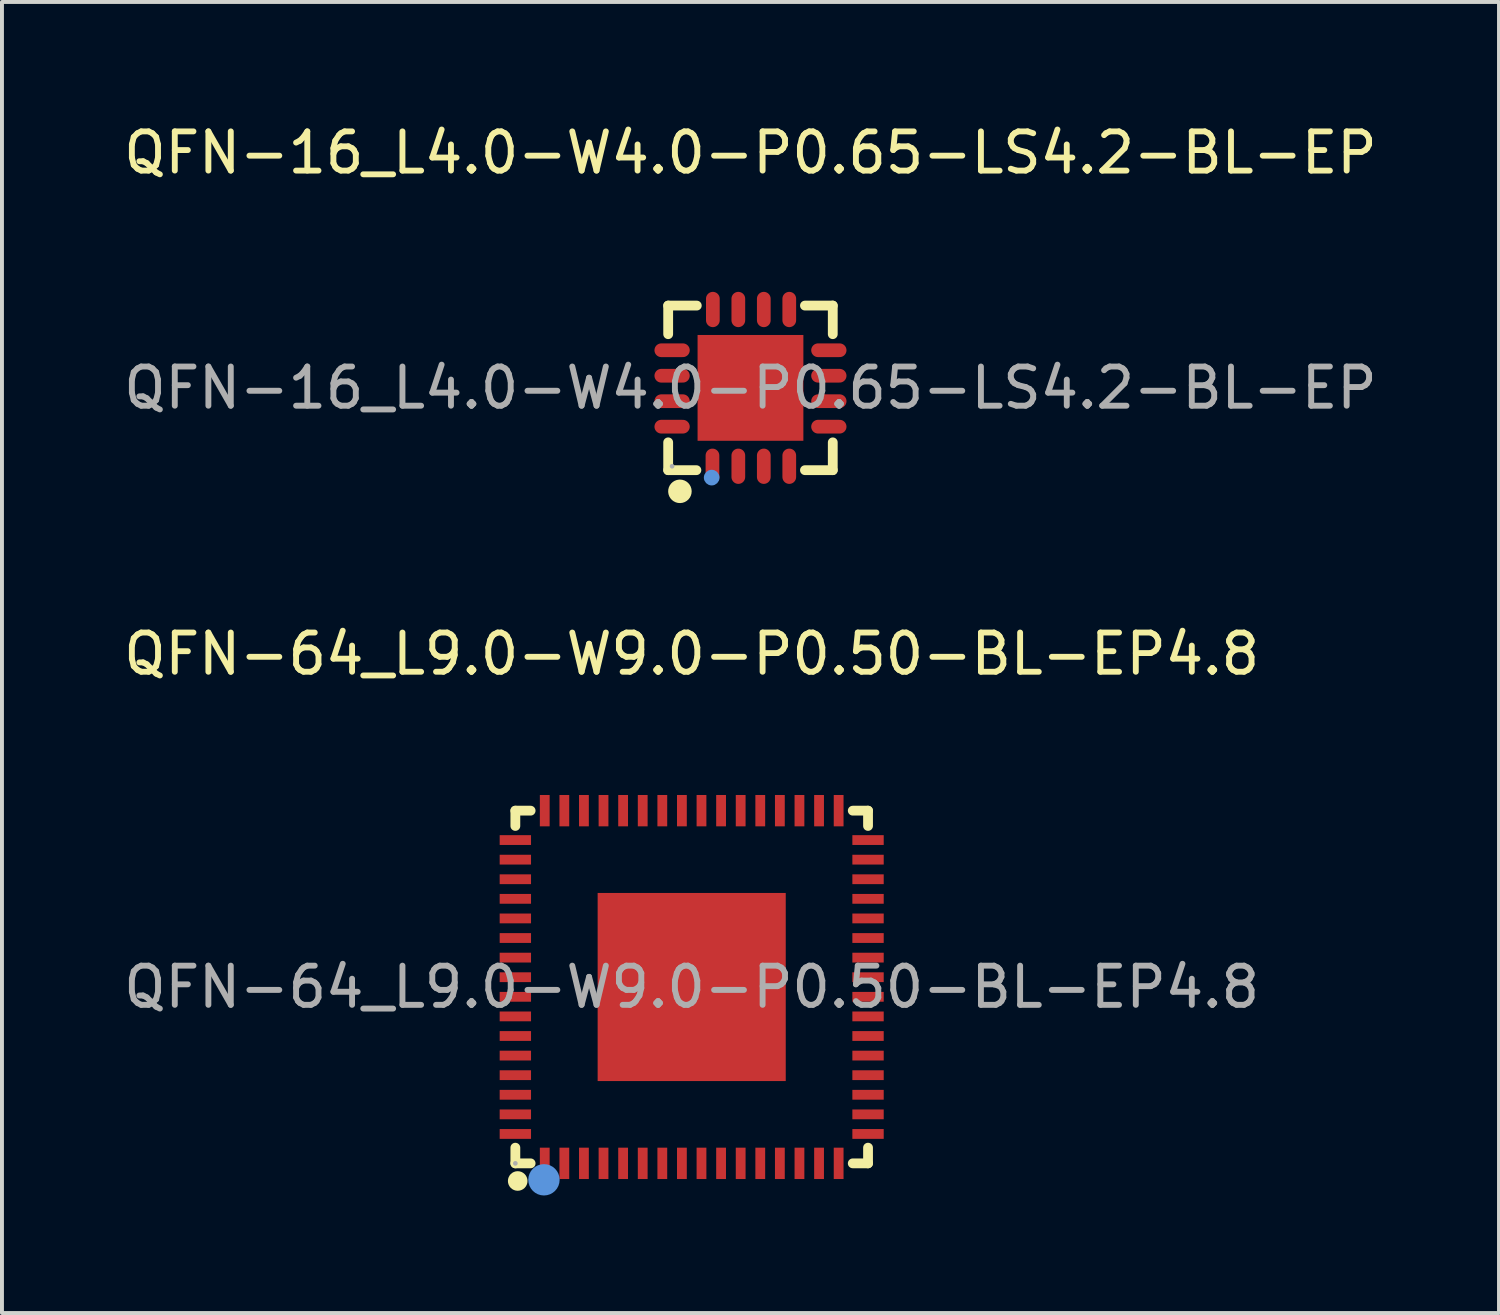
<source format=kicad_pcb>
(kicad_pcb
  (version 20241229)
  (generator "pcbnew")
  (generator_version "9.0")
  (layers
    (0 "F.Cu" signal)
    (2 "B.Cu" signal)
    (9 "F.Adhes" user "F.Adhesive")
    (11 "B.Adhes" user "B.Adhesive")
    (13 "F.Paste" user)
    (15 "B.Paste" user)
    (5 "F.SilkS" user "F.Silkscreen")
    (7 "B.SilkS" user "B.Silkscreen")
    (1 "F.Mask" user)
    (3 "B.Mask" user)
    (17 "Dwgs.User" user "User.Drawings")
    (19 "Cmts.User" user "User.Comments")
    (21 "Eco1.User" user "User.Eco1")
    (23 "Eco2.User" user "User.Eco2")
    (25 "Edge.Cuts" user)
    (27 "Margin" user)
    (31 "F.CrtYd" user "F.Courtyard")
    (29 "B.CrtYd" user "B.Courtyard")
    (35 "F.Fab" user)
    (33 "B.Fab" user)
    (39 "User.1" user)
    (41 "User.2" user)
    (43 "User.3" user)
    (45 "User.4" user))
  (footprint "QFN-64_L9.0-W9.0-P0.50-BL-EP4.8"
    (layer "F.Cu")
    (at 14.601 22.137)
    (property "Reference" "QFN-64_L9.0-W9.0-P0.50-BL-EP4.8" (at 0 -8.5 0) (layer "F.SilkS") (effects (font (size 1 1) (thickness 0.15))))
    (attr smd)
    (fp_line (start -4.5 -4.5) (end -4.11 -4.5) (stroke (width 0.25) (type solid)) (layer "F.SilkS"))
    (fp_line (start -4.5 -4.11) (end -4.5 -4.5) (stroke (width 0.25) (type solid)) (layer "F.SilkS"))
    (fp_line (start -4.5 4.5) (end -4.5 4.1) (stroke (width 0.25) (type solid)) (layer "F.SilkS"))
    (fp_line (start -4.11 4.5) (end -4.5 4.5) (stroke (width 0.25) (type solid)) (layer "F.SilkS"))
    (fp_line (start 4.11 -4.5) (end 4.5 -4.5) (stroke (width 0.25) (type solid)) (layer "F.SilkS"))
    (fp_line (start 4.5 -4.5) (end 4.5 -4.11) (stroke (width 0.25) (type solid)) (layer "F.SilkS"))
    (fp_line (start 4.5 4.1) (end 4.5 4.5) (stroke (width 0.25) (type solid)) (layer "F.SilkS"))
    (fp_line (start 4.5 4.5) (end 4.11 4.5) (stroke (width 0.25) (type solid)) (layer "F.SilkS"))
    (fp_arc (start -4.44 4.95) (mid -4.44 4.95) (end -4.44 4.95) (stroke (width 0.25) (type solid)) (layer "F.SilkS"))
    (fp_circle (center -3.77 4.92) (end -3.57 4.92) (stroke (width 0.4) (type solid)) (fill no) (layer "Cmts.User"))
    (fp_circle (center -4.5 4.5) (end -4.47 4.5) (stroke (width 0.06) (type solid)) (fill no) (layer "F.Fab"))
    (fp_text user "${REFERENCE}" (at 0 0 0) (layer "F.Fab") (effects (font (size 1 1) (thickness 0.15))))
    (pad "1" smd rect (at -3.75 4.5 90) (size 0.8 0.25) (layers "F.Cu" "F.Mask" "F.Paste"))
    (pad "2" smd rect (at -3.25 4.5 90) (size 0.8 0.25) (layers "F.Cu" "F.Mask" "F.Paste"))
    (pad "3" smd rect (at -2.75 4.5 90) (size 0.8 0.25) (layers "F.Cu" "F.Mask" "F.Paste"))
    (pad "4" smd rect (at -2.25 4.5 90) (size 0.8 0.25) (layers "F.Cu" "F.Mask" "F.Paste"))
    (pad "5" smd rect (at -1.75 4.5 90) (size 0.8 0.25) (layers "F.Cu" "F.Mask" "F.Paste"))
    (pad "6" smd rect (at -1.25 4.5 90) (size 0.8 0.25) (layers "F.Cu" "F.Mask" "F.Paste"))
    (pad "7" smd rect (at -0.75 4.5 90) (size 0.8 0.25) (layers "F.Cu" "F.Mask" "F.Paste"))
    (pad "8" smd rect (at -0.25 4.5 90) (size 0.8 0.25) (layers "F.Cu" "F.Mask" "F.Paste"))
    (pad "9" smd rect (at 0.25 4.5 90) (size 0.8 0.25) (layers "F.Cu" "F.Mask" "F.Paste"))
    (pad "10" smd rect (at 0.75 4.5 90) (size 0.8 0.25) (layers "F.Cu" "F.Mask" "F.Paste"))
    (pad "11" smd rect (at 1.25 4.5 90) (size 0.8 0.25) (layers "F.Cu" "F.Mask" "F.Paste"))
    (pad "12" smd rect (at 1.75 4.5 90) (size 0.8 0.25) (layers "F.Cu" "F.Mask" "F.Paste"))
    (pad "13" smd rect (at 2.25 4.5 90) (size 0.8 0.25) (layers "F.Cu" "F.Mask" "F.Paste"))
    (pad "14" smd rect (at 2.75 4.5 90) (size 0.8 0.25) (layers "F.Cu" "F.Mask" "F.Paste"))
    (pad "15" smd rect (at 3.25 4.5 90) (size 0.8 0.25) (layers "F.Cu" "F.Mask" "F.Paste"))
    (pad "16" smd rect (at 3.75 4.5 90) (size 0.8 0.25) (layers "F.Cu" "F.Mask" "F.Paste"))
    (pad "17" smd rect (at 4.5 3.75) (size 0.8 0.25) (layers "F.Cu" "F.Mask" "F.Paste"))
    (pad "18" smd rect (at 4.5 3.25) (size 0.8 0.25) (layers "F.Cu" "F.Mask" "F.Paste"))
    (pad "19" smd rect (at 4.5 2.75) (size 0.8 0.25) (layers "F.Cu" "F.Mask" "F.Paste"))
    (pad "20" smd rect (at 4.5 2.25) (size 0.8 0.25) (layers "F.Cu" "F.Mask" "F.Paste"))
    (pad "21" smd rect (at 4.5 1.75) (size 0.8 0.25) (layers "F.Cu" "F.Mask" "F.Paste"))
    (pad "22" smd rect (at 4.5 1.25) (size 0.8 0.25) (layers "F.Cu" "F.Mask" "F.Paste"))
    (pad "23" smd rect (at 4.5 0.75) (size 0.8 0.25) (layers "F.Cu" "F.Mask" "F.Paste"))
    (pad "24" smd rect (at 4.5 0.25) (size 0.8 0.25) (layers "F.Cu" "F.Mask" "F.Paste"))
    (pad "25" smd rect (at 4.5 -0.25) (size 0.8 0.25) (layers "F.Cu" "F.Mask" "F.Paste"))
    (pad "26" smd rect (at 4.5 -0.75) (size 0.8 0.25) (layers "F.Cu" "F.Mask" "F.Paste"))
    (pad "27" smd rect (at 4.5 -1.25) (size 0.8 0.25) (layers "F.Cu" "F.Mask" "F.Paste"))
    (pad "28" smd rect (at 4.5 -1.75) (size 0.8 0.25) (layers "F.Cu" "F.Mask" "F.Paste"))
    (pad "29" smd rect (at 4.5 -2.25) (size 0.8 0.25) (layers "F.Cu" "F.Mask" "F.Paste"))
    (pad "30" smd rect (at 4.5 -2.75) (size 0.8 0.25) (layers "F.Cu" "F.Mask" "F.Paste"))
    (pad "31" smd rect (at 4.5 -3.25) (size 0.8 0.25) (layers "F.Cu" "F.Mask" "F.Paste"))
    (pad "32" smd rect (at 4.5 -3.75) (size 0.8 0.25) (layers "F.Cu" "F.Mask" "F.Paste"))
    (pad "33" smd rect (at 3.75 -4.5 90) (size 0.8 0.25) (layers "F.Cu" "F.Mask" "F.Paste"))
    (pad "34" smd rect (at 3.25 -4.5 90) (size 0.8 0.25) (layers "F.Cu" "F.Mask" "F.Paste"))
    (pad "35" smd rect (at 2.75 -4.5 90) (size 0.8 0.25) (layers "F.Cu" "F.Mask" "F.Paste"))
    (pad "36" smd rect (at 2.25 -4.5 90) (size 0.8 0.25) (layers "F.Cu" "F.Mask" "F.Paste"))
    (pad "37" smd rect (at 1.75 -4.5 90) (size 0.8 0.25) (layers "F.Cu" "F.Mask" "F.Paste"))
    (pad "38" smd rect (at 1.25 -4.5 90) (size 0.8 0.25) (layers "F.Cu" "F.Mask" "F.Paste"))
    (pad "39" smd rect (at 0.75 -4.5 90) (size 0.8 0.25) (layers "F.Cu" "F.Mask" "F.Paste"))
    (pad "40" smd rect (at 0.25 -4.5 90) (size 0.8 0.25) (layers "F.Cu" "F.Mask" "F.Paste"))
    (pad "41" smd rect (at -0.25 -4.5 90) (size 0.8 0.25) (layers "F.Cu" "F.Mask" "F.Paste"))
    (pad "42" smd rect (at -0.75 -4.5 90) (size 0.8 0.25) (layers "F.Cu" "F.Mask" "F.Paste"))
    (pad "43" smd rect (at -1.25 -4.5 90) (size 0.8 0.25) (layers "F.Cu" "F.Mask" "F.Paste"))
    (pad "44" smd rect (at -1.75 -4.5 90) (size 0.8 0.25) (layers "F.Cu" "F.Mask" "F.Paste"))
    (pad "45" smd rect (at -2.25 -4.5 90) (size 0.8 0.25) (layers "F.Cu" "F.Mask" "F.Paste"))
    (pad "46" smd rect (at -2.75 -4.5 90) (size 0.8 0.25) (layers "F.Cu" "F.Mask" "F.Paste"))
    (pad "47" smd rect (at -3.25 -4.5 90) (size 0.8 0.25) (layers "F.Cu" "F.Mask" "F.Paste"))
    (pad "48" smd rect (at -3.75 -4.5 90) (size 0.8 0.25) (layers "F.Cu" "F.Mask" "F.Paste"))
    (pad "49" smd rect (at -4.5 -3.75) (size 0.8 0.25) (layers "F.Cu" "F.Mask" "F.Paste"))
    (pad "50" smd rect (at -4.5 -3.25) (size 0.8 0.25) (layers "F.Cu" "F.Mask" "F.Paste"))
    (pad "51" smd rect (at -4.5 -2.75) (size 0.8 0.25) (layers "F.Cu" "F.Mask" "F.Paste"))
    (pad "52" smd rect (at -4.5 -2.25) (size 0.8 0.25) (layers "F.Cu" "F.Mask" "F.Paste"))
    (pad "53" smd rect (at -4.5 -1.75) (size 0.8 0.25) (layers "F.Cu" "F.Mask" "F.Paste"))
    (pad "54" smd rect (at -4.5 -1.25) (size 0.8 0.25) (layers "F.Cu" "F.Mask" "F.Paste"))
    (pad "55" smd rect (at -4.5 -0.75) (size 0.8 0.25) (layers "F.Cu" "F.Mask" "F.Paste"))
    (pad "56" smd rect (at -4.5 -0.25) (size 0.8 0.25) (layers "F.Cu" "F.Mask" "F.Paste"))
    (pad "57" smd rect (at -4.5 0.25) (size 0.8 0.25) (layers "F.Cu" "F.Mask" "F.Paste"))
    (pad "58" smd rect (at -4.5 0.75) (size 0.8 0.25) (layers "F.Cu" "F.Mask" "F.Paste"))
    (pad "59" smd rect (at -4.5 1.25) (size 0.8 0.25) (layers "F.Cu" "F.Mask" "F.Paste"))
    (pad "60" smd rect (at -4.5 1.75) (size 0.8 0.25) (layers "F.Cu" "F.Mask" "F.Paste"))
    (pad "61" smd rect (at -4.5 2.25) (size 0.8 0.25) (layers "F.Cu" "F.Mask" "F.Paste"))
    (pad "62" smd rect (at -4.5 2.75) (size 0.8 0.25) (layers "F.Cu" "F.Mask" "F.Paste"))
    (pad "63" smd rect (at -4.5 3.25) (size 0.8 0.25) (layers "F.Cu" "F.Mask" "F.Paste"))
    (pad "64" smd rect (at -4.5 3.75) (size 0.8 0.25) (layers "F.Cu" "F.Mask" "F.Paste"))
    (pad "65" smd rect (at 0 0) (size 4.8 4.8) (layers "F.Cu" "F.Mask" "F.Paste")))
  (footprint "QFN-16_L4.0-W4.0-P0.65-LS4.2-BL-EP"
    (layer "F.Cu")
    (at 16.101 6.848)
    (property "Reference" "QFN-16_L4.0-W4.0-P0.65-LS4.2-BL-EP" (at 0 -6 0) (layer "F.SilkS") (effects (font (size 1 1) (thickness 0.15))))
    (attr smd)
    (fp_line (start -2.1 -2.1) (end -1.37 -2.1) (stroke (width 0.25) (type solid)) (layer "F.SilkS"))
    (fp_line (start -2.1 -1.37) (end -2.1 -2.1) (stroke (width 0.25) (type solid)) (layer "F.SilkS"))
    (fp_line (start -2.1 2.1) (end -2.1 1.39) (stroke (width 0.25) (type solid)) (layer "F.SilkS"))
    (fp_line (start -2.1 2.1) (end -1.38 2.1) (stroke (width 0.25) (type solid)) (layer "F.SilkS"))
    (fp_line (start 1.39 -2.1) (end 2.1 -2.1) (stroke (width 0.25) (type solid)) (layer "F.SilkS"))
    (fp_line (start 1.39 2.1) (end 2.1 2.1) (stroke (width 0.25) (type solid)) (layer "F.SilkS"))
    (fp_line (start 2.1 -1.37) (end 2.1 -2.1) (stroke (width 0.25) (type solid)) (layer "F.SilkS"))
    (fp_line (start 2.1 2.1) (end 2.1 1.39) (stroke (width 0.25) (type solid)) (layer "F.SilkS"))
    (fp_arc (start -1.8 2.49) (mid -1.795001 2.789917) (end -1.809993 2.490333) (stroke (width 0.3) (type solid)) (layer "F.SilkS"))
    (fp_circle (center -0.99 2.29) (end -0.89 2.29) (stroke (width 0.2) (type solid)) (fill no) (layer "Cmts.User"))
    (fp_circle (center -2 2) (end -1.97 2) (stroke (width 0.06) (type solid)) (fill no) (layer "F.Fab"))
    (fp_text user "${REFERENCE}" (at 0 0 0) (layer "F.Fab") (effects (font (size 1 1) (thickness 0.15))))
    (pad "1" smd oval (at -0.97 2) (size 0.35 0.9) (layers "F.Cu" "F.Mask" "F.Paste"))
    (pad "2" smd oval (at -0.31 2) (size 0.35 0.9) (layers "F.Cu" "F.Mask" "F.Paste"))
    (pad "3" smd oval (at 0.34 2) (size 0.35 0.9) (layers "F.Cu" "F.Mask" "F.Paste"))
    (pad "4" smd oval (at 0.99 2) (size 0.35 0.9) (layers "F.Cu" "F.Mask" "F.Paste"))
    (pad "5" smd oval (at 2 0.99 90) (size 0.35 0.9) (layers "F.Cu" "F.Mask" "F.Paste"))
    (pad "6" smd oval (at 2 0.34 90) (size 0.35 0.9) (layers "F.Cu" "F.Mask" "F.Paste"))
    (pad "7" smd oval (at 2 -0.31 90) (size 0.35 0.9) (layers "F.Cu" "F.Mask" "F.Paste"))
    (pad "8" smd oval (at 2 -0.96 90) (size 0.35 0.9) (layers "F.Cu" "F.Mask" "F.Paste"))
    (pad "9" smd oval (at 0.99 -2) (size 0.35 0.9) (layers "F.Cu" "F.Mask" "F.Paste"))
    (pad "10" smd oval (at 0.34 -2) (size 0.35 0.9) (layers "F.Cu" "F.Mask" "F.Paste"))
    (pad "11" smd oval (at -0.31 -2) (size 0.35 0.9) (layers "F.Cu" "F.Mask" "F.Paste"))
    (pad "12" smd oval (at -0.96 -2) (size 0.35 0.9) (layers "F.Cu" "F.Mask" "F.Paste"))
    (pad "13" smd oval (at -2 -0.96 90) (size 0.35 0.9) (layers "F.Cu" "F.Mask" "F.Paste"))
    (pad "14" smd oval (at -2 -0.31 90) (size 0.35 0.9) (layers "F.Cu" "F.Mask" "F.Paste"))
    (pad "15" smd oval (at -2 0.34 90) (size 0.35 0.9) (layers "F.Cu" "F.Mask" "F.Paste"))
    (pad "16" smd oval (at -2 0.99 90) (size 0.35 0.9) (layers "F.Cu" "F.Mask" "F.Paste"))
    (pad "17" smd rect (at 0 0 90) (size 2.7 2.7) (layers "F.Cu" "F.Mask" "F.Paste")))
  (gr_rect
    (start -3 -3)
    (end 35.202 30.456)
    (stroke (width 0.1) (type default))
    (fill no)
    (layer "Edge.Cuts")))
</source>
